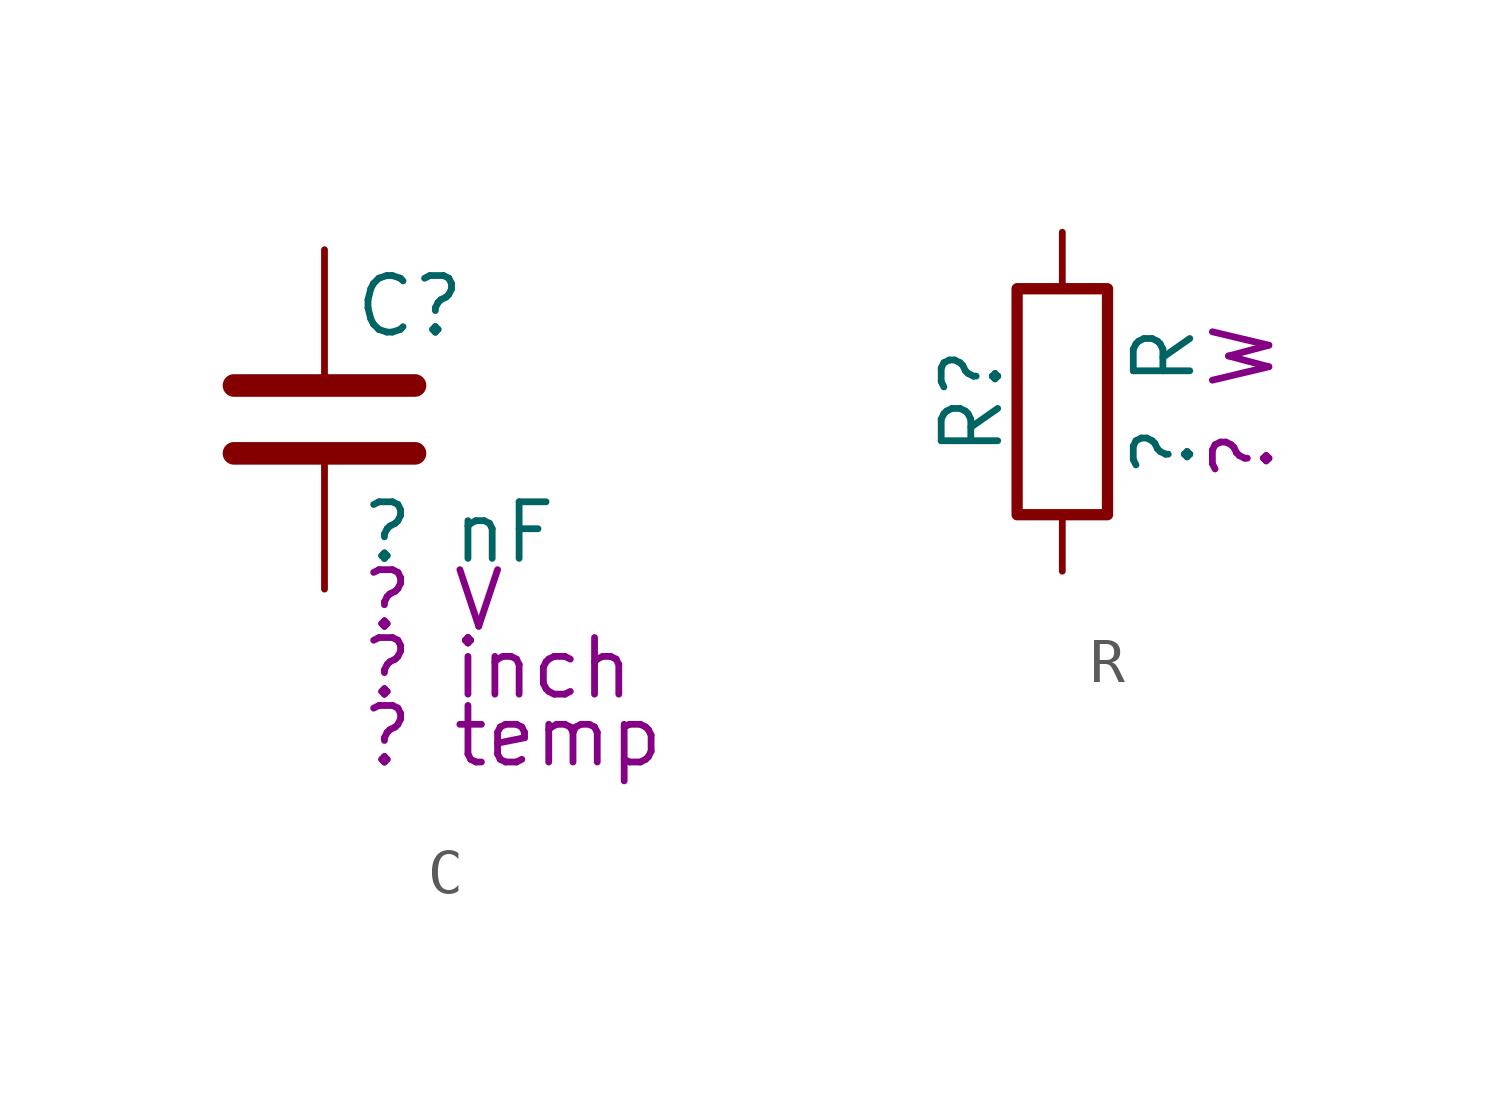
<source format=kicad_sym>
(kicad_symbol_lib
  (version 20241209)
  (generator "kicad_symbol_editor")
  (generator_version "9.0")
  (symbol "C"
    (pin_numbers
      (hide yes))
    (pin_names
      (offset 0.254))
    (property "Reference" "C"
      (at 0.635 2.54 0)
      (effects (font (size 1.27 1.27)) (justify left)))
    (property "Value" "? nF"
      (at 0.762 -2.54 0)
      (effects (font (size 1.27 1.27)) (justify left)))
    (property "Voltage" "? V"
      (at 0.762 -4.064 0)
      (effects (font (size 1.27 1.27)) (justify left)))
    (property "Dielectric" "? temp"
      (at 0.762 -7.112 0)
      (effects (font (size 1.27 1.27)) (justify left)))
    (property "Package" "? inch"
      (at 0.762 -5.588 0)
      (effects (font (size 1.27 1.27)) (justify left)))
    (symbol "C_0_1"
      (polyline (pts (xy -2.032 0.762) (xy 2.032 0.762)) (stroke (width 0.508) (type default)) (fill (type none)))
      (polyline (pts (xy -2.032 -0.762) (xy 2.032 -0.762)) (stroke (width 0.508) (type default)) (fill (type none))))
    (symbol "C_1_1"
      (pin passive line (at 0 3.81 270) (length 2.794) (name "~" (effects (font (size 1.27 1.27)))) (number "1" (effects (font (size 1.27 1.27)))))
      (pin passive line (at 0 -3.81 90) (length 2.794) (name "~" (effects (font (size 1.27 1.27)))) (number "2" (effects (font (size 1.27 1.27)))))))
  (symbol "R"
    (pin_numbers
      (hide yes))
    (pin_names
      (offset 0))
    (property "Reference" "R"
      (at -2.032 0 90)
      (effects (font (size 1.27 1.27))))
    (property "Value" "? R"
      (at 2.286 0 90)
      (effects (font (size 1.27 1.27))))
    (property "Power" "? W"
      (at 4.064 0 90)
      (effects (font (size 1.27 1.27))))
    (symbol "R_0_1"
      (rectangle (start -1.016 -2.54) (end 1.016 2.54) (stroke (width 0.254) (type default)) (fill (type none))))
    (symbol "R_1_1"
      (pin passive line (at 0 3.81 270) (length 1.27) (name "~" (effects (font (size 1.27 1.27)))) (number "1" (effects (font (size 1.27 1.27)))))
      (pin passive line (at 0 -3.81 90) (length 1.27) (name "~" (effects (font (size 1.27 1.27)))) (number "2" (effects (font (size 1.27 1.27))))))))
</source>
